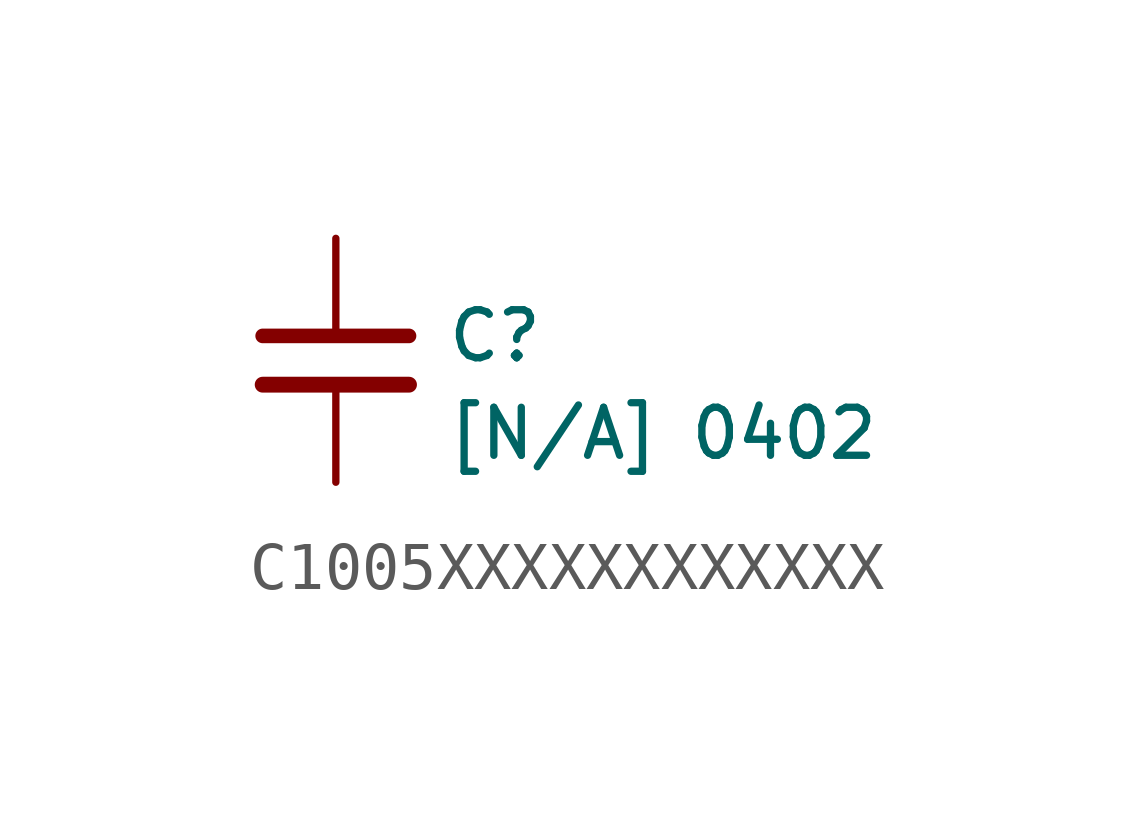
<source format=kicad_sym>
(kicad_symbol_lib
  (version 20241209)
  (generator "kicad_symbol_editor")
  (generator_version "9.0")
  (symbol "C1005XXXXXXXXXXXX"
    (pin_numbers
      (hide yes))
    (pin_names
      (hide yes))
    (property "Reference" "C"
      (at 2.286 0.508 0)
      (effects (font (size 1 1)) (justify left)))
    (property "Value" "[N/A] 0402"
      (at 2.286 -1.524 0)
      (effects (font (size 1 1)) (justify left)))
    (symbol "C1005XXXXXXXXXXXX_0_1"
      (polyline (pts (xy -1.524 0.508) (xy 1.524 0.508)) (stroke (width 0.305) (type default)) (fill (type none)))
      (polyline (pts (xy -1.524 -0.508) (xy 1.524 -0.508)) (stroke (width 0.33) (type default)) (fill (type none))))
    (symbol "C1005XXXXXXXXXXXX_1_1"
      (pin passive line (at 0 2.54 270) (length 2.032) (name "~" (effects (font (size 1.27 1.27)))) (number "1" (effects (font (size 1.27 1.27)))))
      (pin passive line (at 0 -2.54 90) (length 2.032) (name "~" (effects (font (size 1.27 1.27)))) (number "2" (effects (font (size 1.27 1.27))))))))
</source>
